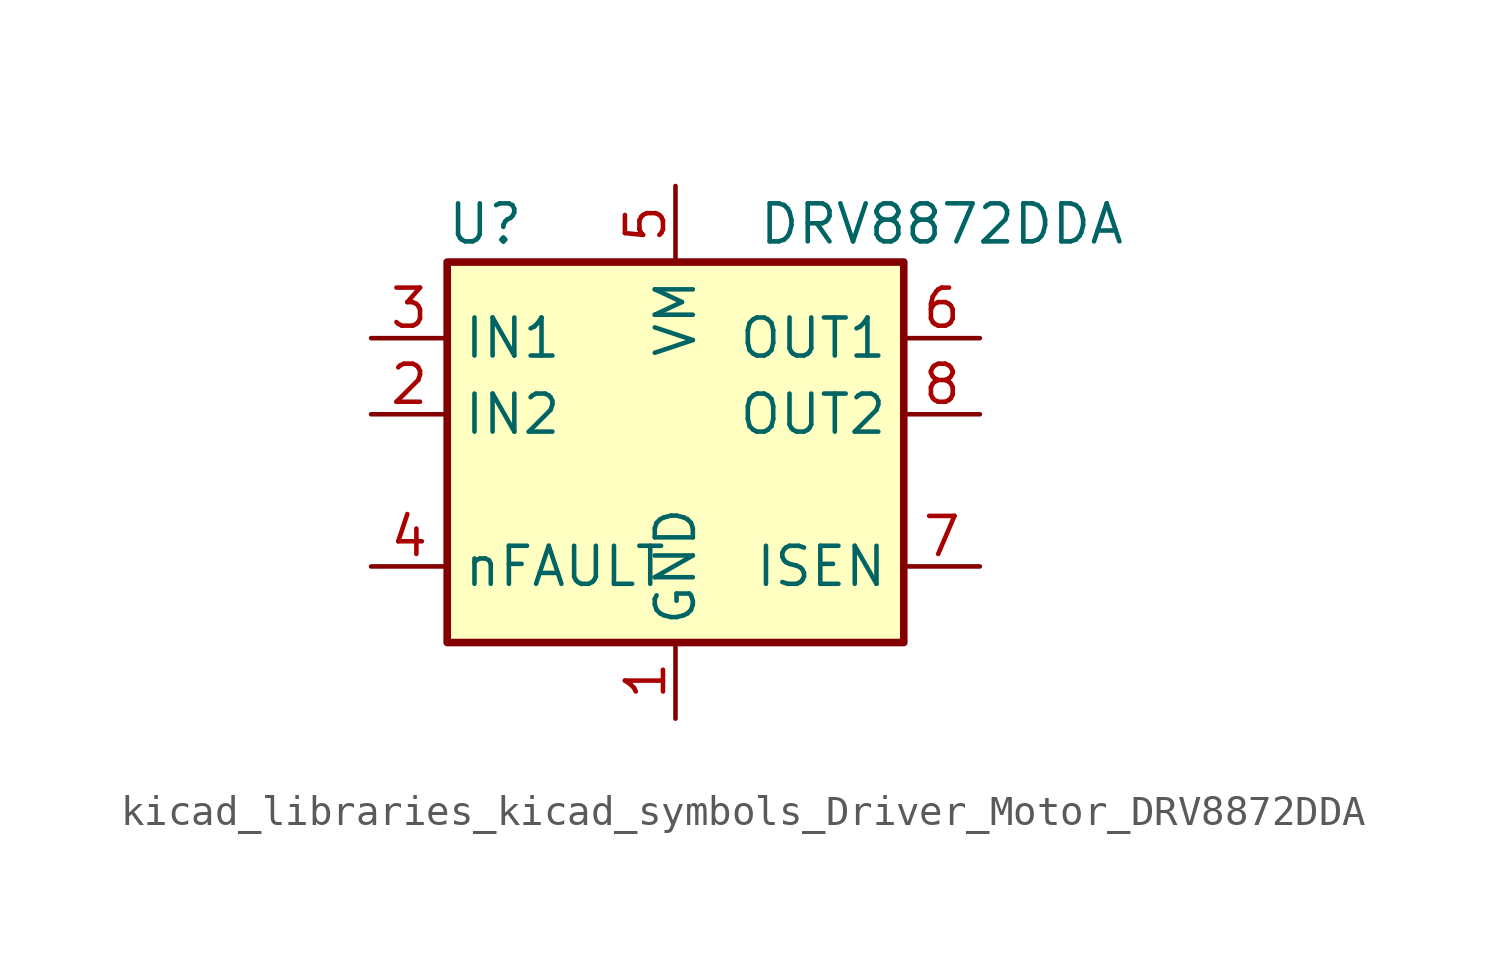
<source format=kicad_sym>
(kicad_symbol_lib
  (version 20220914)
  (generator kicad_symbol_editor)
  (symbol "kicad_libraries_kicad_symbols_Driver_Motor_DRV8872DDA"
    (property "Reference" "U"
      (at -6.35 6.35 0)
      (effects (font (size 1.27 1.27))))
    (property "Value" "DRV8872DDA"
      (at 8.89 6.35 0)
      (effects (font (size 1.27 1.27))))
    (symbol "kicad_libraries_kicad_symbols_Driver_Motor_DRV8872DDA_0_1"
      (rectangle (start -7.62 5.08) (end 7.62 -7.62) (stroke (width 0.254) (type default)) (fill (type background))))
    (symbol "kicad_libraries_kicad_symbols_Driver_Motor_DRV8872DDA_1_1"
      (pin power_in line (at 0 -10.16 90) (length 2.54) (name "GND" (effects (font (size 1.27 1.27)))) (number "1" (effects (font (size 1.27 1.27)))))
      (pin input line (at -10.16 0 0) (length 2.54) (name "IN2" (effects (font (size 1.27 1.27)))) (number "2" (effects (font (size 1.27 1.27)))))
      (pin input line (at -10.16 2.54 0) (length 2.54) (name "IN1" (effects (font (size 1.27 1.27)))) (number "3" (effects (font (size 1.27 1.27)))))
      (pin open_collector line (at -10.16 -5.08 0) (length 2.54) (name "nFAULT" (effects (font (size 1.27 1.27)))) (number "4" (effects (font (size 1.27 1.27)))))
      (pin power_in line (at 0 7.62 270) (length 2.54) (name "VM" (effects (font (size 1.27 1.27)))) (number "5" (effects (font (size 1.27 1.27)))))
      (pin output line (at 10.16 2.54 180) (length 2.54) (name "OUT1" (effects (font (size 1.27 1.27)))) (number "6" (effects (font (size 1.27 1.27)))))
      (pin passive line (at 10.16 -5.08 180) (length 2.54) (name "ISEN" (effects (font (size 1.27 1.27)))) (number "7" (effects (font (size 1.27 1.27)))))
      (pin output line (at 10.16 0 180) (length 2.54) (name "OUT2" (effects (font (size 1.27 1.27)))) (number "8" (effects (font (size 1.27 1.27)))))
      (pin passive line (at 0 -10.16 90) (length 2.54) hide (name "GND" (effects (font (size 1.27 1.27)))) (number "9" (effects (font (size 1.27 1.27))))))))
</source>
